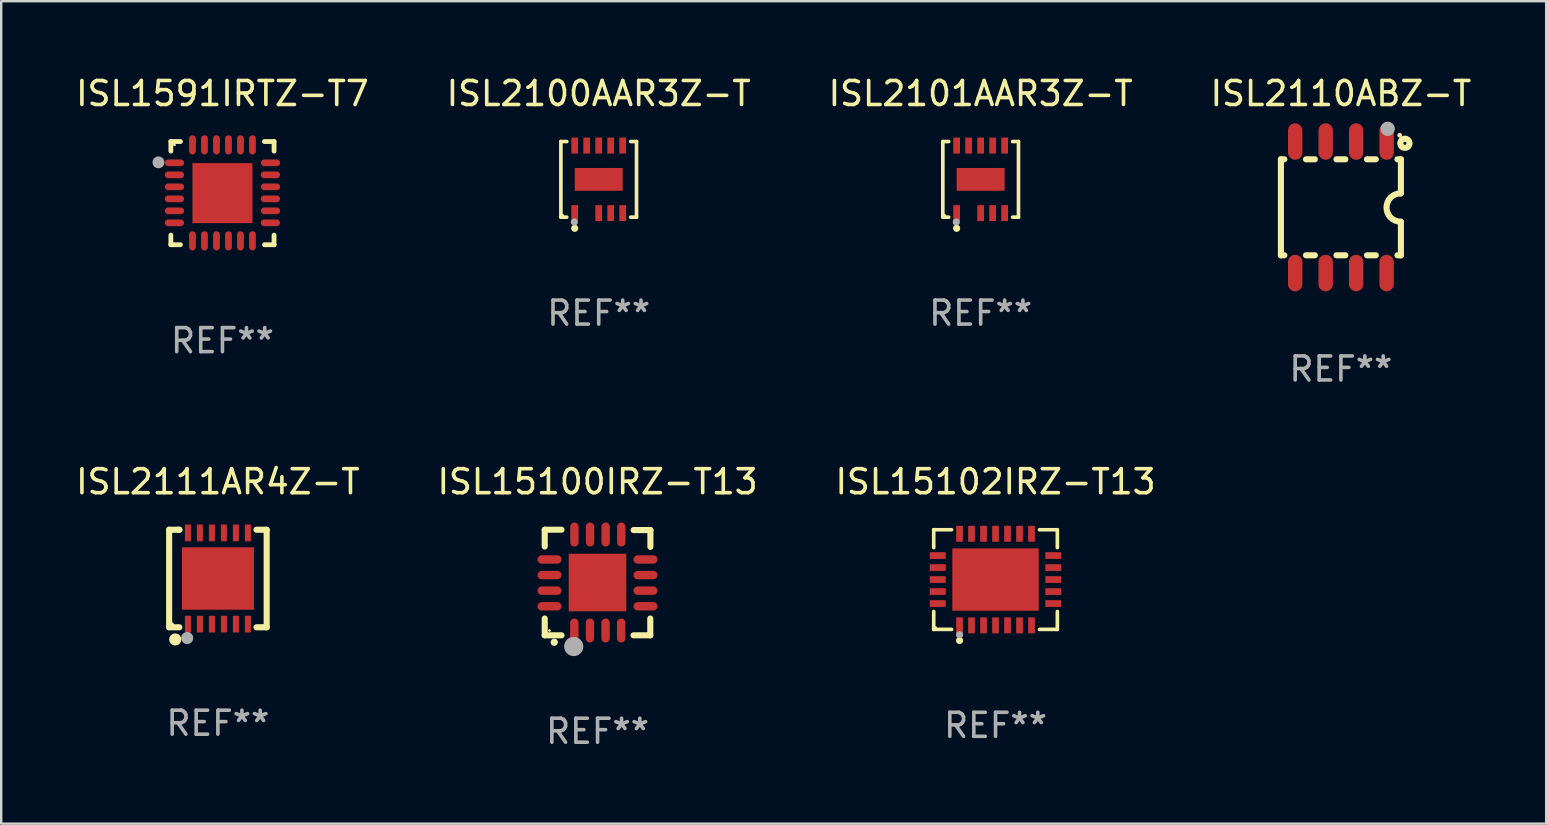
<source format=kicad_pcb>
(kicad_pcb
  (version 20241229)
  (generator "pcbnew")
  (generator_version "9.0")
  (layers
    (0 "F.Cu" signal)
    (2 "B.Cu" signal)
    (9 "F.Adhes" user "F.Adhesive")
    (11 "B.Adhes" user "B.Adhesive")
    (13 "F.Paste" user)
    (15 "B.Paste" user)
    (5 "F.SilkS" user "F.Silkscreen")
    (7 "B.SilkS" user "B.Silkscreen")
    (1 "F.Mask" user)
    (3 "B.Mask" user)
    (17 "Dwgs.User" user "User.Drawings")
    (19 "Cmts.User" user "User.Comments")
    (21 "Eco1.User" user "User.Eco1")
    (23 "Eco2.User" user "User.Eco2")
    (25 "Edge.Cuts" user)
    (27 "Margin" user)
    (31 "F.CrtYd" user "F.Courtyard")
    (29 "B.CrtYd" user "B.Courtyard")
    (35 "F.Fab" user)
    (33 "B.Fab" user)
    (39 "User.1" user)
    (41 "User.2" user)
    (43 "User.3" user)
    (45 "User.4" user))
  (footprint "ISL15100IRZ-T13"
    (layer "F.Cu")
    (at 21.851 21.224)
    (property "Reference" "ISL15100IRZ-T13" (at 0 -4.2 0) (layer "F.SilkS") (effects (font (size 1 1) (thickness 0.15))))
    (attr through_hole)
    (fp_line (start -2.202 -2.2) (end -2.202 -1.5) (stroke (width 0.254) (type solid)) (layer "F.SilkS"))
    (fp_line (start -2.202 2.2) (end -2.202 1.5) (stroke (width 0.254) (type solid)) (layer "F.SilkS"))
    (fp_line (start -1.503 -2.2) (end -2.202 -2.2) (stroke (width 0.254) (type solid)) (layer "F.SilkS"))
    (fp_line (start -1.503 2.2) (end -2.202 2.2) (stroke (width 0.254) (type solid)) (layer "F.SilkS"))
    (fp_line (start 1.498 2.2) (end 2.197 2.2) (stroke (width 0.254) (type solid)) (layer "F.SilkS"))
    (fp_line (start 2.197 2.2) (end 2.197 1.5) (stroke (width 0.254) (type solid)) (layer "F.SilkS"))
    (fp_line (start 2.202 -2.185) (end 1.503 -2.185) (stroke (width 0.254) (type solid)) (layer "F.SilkS"))
    (fp_line (start 2.202 -1.485) (end 2.202 -2.185) (stroke (width 0.254) (type solid)) (layer "F.SilkS"))
    (fp_arc (start -1.805944 2.489205) (mid -1.804674 2.4892) (end -1.803404 2.489205) (stroke (width 0.3) (type solid)) (layer "F.SilkS"))
    (fp_circle (center -2.004 2.002) (end -1.974 2.002) (stroke (width 0.06) (type solid)) (fill no) (layer "F.SilkS"))
    (fp_circle (center -0.993 2.667) (end -0.793 2.667) (stroke (width 0.4) (type solid)) (fill no) (layer "F.Fab"))
    (fp_text user "REF**" (at 0 6.2 0) (layer "F.Fab") (effects (font (size 1 1) (thickness 0.15))))
    (pad "1" smd oval (at -0.968 2) (size 0.35 1) (layers "F.Cu" "F.Mask" "F.Paste"))
    (pad "2" smd oval (at -0.317 2) (size 0.35 1) (layers "F.Cu" "F.Mask" "F.Paste"))
    (pad "3" smd oval (at 0.333 2) (size 0.35 1) (layers "F.Cu" "F.Mask" "F.Paste"))
    (pad "4" smd oval (at 0.983 2) (size 0.35 1) (layers "F.Cu" "F.Mask" "F.Paste"))
    (pad "5" smd oval (at 1.998 0.991 90) (size 0.35 1) (layers "F.Cu" "F.Mask" "F.Paste"))
    (pad "6" smd oval (at 1.998 0.34 90) (size 0.35 1) (layers "F.Cu" "F.Mask" "F.Paste"))
    (pad "7" smd oval (at 1.998 -0.31 90) (size 0.35 1) (layers "F.Cu" "F.Mask" "F.Paste"))
    (pad "8" smd oval (at 1.998 -0.96 90) (size 0.35 1) (layers "F.Cu" "F.Mask" "F.Paste"))
    (pad "9" smd oval (at 0.988 -2) (size 0.35 1) (layers "F.Cu" "F.Mask" "F.Paste"))
    (pad "10" smd oval (at 0.338 -2) (size 0.35 1) (layers "F.Cu" "F.Mask" "F.Paste"))
    (pad "11" smd oval (at -0.312 -2) (size 0.35 1) (layers "F.Cu" "F.Mask" "F.Paste"))
    (pad "12" smd oval (at -0.963 -2) (size 0.35 1) (layers "F.Cu" "F.Mask" "F.Paste"))
    (pad "13" smd oval (at -2.002 -0.96 90) (size 0.35 1) (layers "F.Cu" "F.Mask" "F.Paste"))
    (pad "14" smd oval (at -2.002 -0.31 90) (size 0.35 1) (layers "F.Cu" "F.Mask" "F.Paste"))
    (pad "15" smd oval (at -2.002 0.34 90) (size 0.35 1) (layers "F.Cu" "F.Mask" "F.Paste"))
    (pad "16" smd oval (at -2.002 0.991 90) (size 0.35 1) (layers "F.Cu" "F.Mask" "F.Paste"))
    (pad "17" smd rect (at -0.002 0.000127 90) (size 2.4 2.4) (layers "F.Cu" "F.Mask" "F.Paste")))
  (footprint "ISL2101AAR3Z-T"
    (layer "F.Cu")
    (at 37.815 4.424)
    (property "Reference" "ISL2101AAR3Z-T" (at 0 -3.576 0) (layer "F.SilkS") (effects (font (size 1 1) (thickness 0.15))))
    (attr through_hole)
    (fp_line (start -1.576 -1.576) (end -1.331 -1.576) (stroke (width 0.152) (type solid)) (layer "F.SilkS"))
    (fp_line (start -1.576 1.576) (end -1.576 -1.576) (stroke (width 0.152) (type solid)) (layer "F.SilkS"))
    (fp_line (start -1.331 1.576) (end -1.576 1.576) (stroke (width 0.152) (type solid)) (layer "F.SilkS"))
    (fp_line (start 1.331 1.576) (end 1.576 1.576) (stroke (width 0.152) (type solid)) (layer "F.SilkS"))
    (fp_line (start 1.576 -1.576) (end 1.331 -1.576) (stroke (width 0.152) (type solid)) (layer "F.SilkS"))
    (fp_line (start 1.576 1.576) (end 1.576 -1.576) (stroke (width 0.152) (type solid)) (layer "F.SilkS"))
    (fp_circle (center -1.5 1.5) (end -1.47 1.5) (stroke (width 0.06) (type solid)) (fill no) (layer "F.SilkS"))
    (fp_circle (center -1 2.04) (end -0.925 2.04) (stroke (width 0.15) (type solid)) (fill no) (layer "F.SilkS"))
    (fp_circle (center -1.016 1.778) (end -0.941 1.778) (stroke (width 0.15) (type solid)) (fill no) (layer "F.Fab"))
    (fp_text user "REF**" (at 0 5.576 0) (layer "F.Fab") (effects (font (size 1 1) (thickness 0.15))))
    (pad "1" smd rect (at -1 1.407) (size 0.28 0.665) (layers "F.Cu" "F.Mask" "F.Paste"))
    (pad "2" smd rect (at 0 1.407) (size 0.28 0.665) (layers "F.Cu" "F.Mask" "F.Paste"))
    (pad "3" smd rect (at 0.5 1.407) (size 0.28 0.665) (layers "F.Cu" "F.Mask" "F.Paste"))
    (pad "4" smd rect (at 1 1.407) (size 0.28 0.665) (layers "F.Cu" "F.Mask" "F.Paste"))
    (pad "5" smd rect (at 1 -1.407) (size 0.28 0.665) (layers "F.Cu" "F.Mask" "F.Paste"))
    (pad "6" smd rect (at 0.5 -1.407) (size 0.28 0.665) (layers "F.Cu" "F.Mask" "F.Paste"))
    (pad "7" smd rect (at 0 -1.407) (size 0.28 0.665) (layers "F.Cu" "F.Mask" "F.Paste"))
    (pad "8" smd rect (at -0.5 -1.407) (size 0.28 0.665) (layers "F.Cu" "F.Mask" "F.Paste"))
    (pad "9" smd rect (at -1 -1.407) (size 0.28 0.665) (layers "F.Cu" "F.Mask" "F.Paste"))
    (pad "10" smd rect (at 0 0) (size 2 0.95) (layers "F.Cu" "F.Mask" "F.Paste")))
  (footprint "ISL2111AR4Z-T"
    (layer "F.Cu")
    (at 6.03 21.057)
    (property "Reference" "ISL2111AR4Z-T" (at 0 -4.032 0) (layer "F.SilkS") (effects (font (size 1 1) (thickness 0.15))))
    (attr through_hole)
    (fp_line (start -2.032 -2.032) (end -2.032 2.032) (stroke (width 0.254) (type solid)) (layer "F.SilkS"))
    (fp_line (start -2.032 2.032) (end -1.606 2.032) (stroke (width 0.254) (type solid)) (layer "F.SilkS"))
    (fp_line (start -1.606 -2.032) (end -2.032 -2.032) (stroke (width 0.254) (type solid)) (layer "F.SilkS"))
    (fp_line (start -1.606 -2.032) (end -1.651 -2.032) (stroke (width 0.254) (type solid)) (layer "F.SilkS"))
    (fp_line (start 1.606 2.032) (end 2.032 2.032) (stroke (width 0.254) (type solid)) (layer "F.SilkS"))
    (fp_line (start 2.032 -2.032) (end 1.606 -2.032) (stroke (width 0.254) (type solid)) (layer "F.SilkS"))
    (fp_line (start 2.032 2.032) (end 2.032 -2.032) (stroke (width 0.254) (type solid)) (layer "F.SilkS"))
    (fp_circle (center -1.94 1.94) (end -1.88 1.94) (stroke (width 0.12) (type solid)) (fill no) (layer "F.SilkS"))
    (fp_circle (center -1.778 2.54) (end -1.651 2.54) (stroke (width 0.254) (type solid)) (fill no) (layer "F.SilkS"))
    (fp_circle (center -1.28 2.48) (end -1.153 2.48) (stroke (width 0.254) (type solid)) (fill no) (layer "F.Fab"))
    (fp_text user "REF**" (at 0 6.032 0) (layer "F.Fab") (effects (font (size 1 1) (thickness 0.15))))
    (pad "1" smd rect (at -1.25 1.9) (size 0.25 0.7) (layers "F.Cu" "F.Mask" "F.Paste"))
    (pad "2" smd rect (at -0.75 1.9) (size 0.25 0.7) (layers "F.Cu" "F.Mask" "F.Paste"))
    (pad "3" smd rect (at -0.25 1.9) (size 0.25 0.7) (layers "F.Cu" "F.Mask" "F.Paste"))
    (pad "4" smd rect (at 0.25 1.9) (size 0.25 0.7) (layers "F.Cu" "F.Mask" "F.Paste"))
    (pad "5" smd rect (at 0.75 1.9) (size 0.25 0.7) (layers "F.Cu" "F.Mask" "F.Paste"))
    (pad "6" smd rect (at 1.25 1.9) (size 0.25 0.7) (layers "F.Cu" "F.Mask" "F.Paste"))
    (pad "7" smd rect (at 1.25 -1.9) (size 0.25 0.7) (layers "F.Cu" "F.Mask" "F.Paste"))
    (pad "8" smd rect (at 0.75 -1.9) (size 0.25 0.7) (layers "F.Cu" "F.Mask" "F.Paste"))
    (pad "9" smd rect (at 0.25 -1.9) (size 0.25 0.7) (layers "F.Cu" "F.Mask" "F.Paste"))
    (pad "10" smd rect (at -0.25 -1.9) (size 0.25 0.7) (layers "F.Cu" "F.Mask" "F.Paste"))
    (pad "11" smd rect (at -0.75 -1.9) (size 0.25 0.7) (layers "F.Cu" "F.Mask" "F.Paste"))
    (pad "12" smd rect (at -1.25 -1.9) (size 0.25 0.7) (layers "F.Cu" "F.Mask" "F.Paste"))
    (pad "13" smd rect (at -0.000076 0.000076) (size 3 2.6) (layers "F.Cu" "F.Mask" "F.Paste")))
  (footprint "ISL2110ABZ-T"
    (layer "F.Cu")
    (at 52.827 5.588)
    (property "Reference" "ISL2110ABZ-T" (at 0 -4.74 0) (layer "F.SilkS") (effects (font (size 1 1) (thickness 0.15))))
    (attr through_hole)
    (fp_line (start -2.5 2) (end -2.5 -2) (stroke (width 0.254) (type solid)) (layer "F.SilkS"))
    (fp_line (start -2.356 -2) (end -2.5 -2) (stroke (width 0.254) (type solid)) (layer "F.SilkS"))
    (fp_line (start -2.356 2) (end -2.5 2) (stroke (width 0.254) (type solid)) (layer "F.SilkS"))
    (fp_line (start -1.086 -2) (end -1.454 -2) (stroke (width 0.254) (type solid)) (layer "F.SilkS"))
    (fp_line (start -1.086 2) (end -1.454 2) (stroke (width 0.254) (type solid)) (layer "F.SilkS"))
    (fp_line (start 0.184 -2) (end -0.184 -2) (stroke (width 0.254) (type solid)) (layer "F.SilkS"))
    (fp_line (start 0.184 2) (end -0.184 2) (stroke (width 0.254) (type solid)) (layer "F.SilkS"))
    (fp_line (start 1.454 -2) (end 1.086 -2) (stroke (width 0.254) (type solid)) (layer "F.SilkS"))
    (fp_line (start 1.454 2) (end 1.086 2) (stroke (width 0.254) (type solid)) (layer "F.SilkS"))
    (fp_line (start 2.5 -2) (end 2.356 -2) (stroke (width 0.254) (type solid)) (layer "F.SilkS"))
    (fp_line (start 2.5 -0.58) (end 2.5 -2) (stroke (width 0.254) (type solid)) (layer "F.SilkS"))
    (fp_line (start 2.5 2) (end 2.356 2) (stroke (width 0.254) (type solid)) (layer "F.SilkS"))
    (fp_line (start 2.5 2) (end 2.5 0.6) (stroke (width 0.254) (type solid)) (layer "F.SilkS"))
    (fp_arc (start 2.489992 0.600051) (mid 1.901674 0.010046) (end 2.489992 -0.579959) (stroke (width 0.254001) (type solid)) (layer "F.SilkS"))
    (fp_circle (center 2.45 -3) (end 2.5 -3) (stroke (width 0.1) (type solid)) (fill no) (layer "F.SilkS"))
    (fp_circle (center 2.667 -2.667) (end 2.858 -2.667) (stroke (width 0.254) (type solid)) (fill no) (layer "F.SilkS"))
    (fp_circle (center 1.95 -3.27) (end 2.1 -3.27) (stroke (width 0.3) (type solid)) (fill no) (layer "F.Fab"))
    (fp_text user "REF**" (at 0 6.74 0) (layer "F.Fab") (effects (font (size 1 1) (thickness 0.15))))
    (pad "1" smd oval (at 1.905 -2.74) (size 0.6 1.52) (layers "F.Cu" "F.Mask" "F.Paste"))
    (pad "2" smd oval (at 0.635 -2.74) (size 0.6 1.52) (layers "F.Cu" "F.Mask" "F.Paste"))
    (pad "3" smd oval (at -0.635 -2.74) (size 0.6 1.52) (layers "F.Cu" "F.Mask" "F.Paste"))
    (pad "4" smd oval (at -1.905 -2.74) (size 0.6 1.52) (layers "F.Cu" "F.Mask" "F.Paste"))
    (pad "5" smd oval (at -1.905 2.74) (size 0.6 1.52) (layers "F.Cu" "F.Mask" "F.Paste"))
    (pad "6" smd oval (at -0.635 2.74) (size 0.6 1.52) (layers "F.Cu" "F.Mask" "F.Paste"))
    (pad "7" smd oval (at 0.635 2.74) (size 0.6 1.52) (layers "F.Cu" "F.Mask" "F.Paste"))
    (pad "8" smd oval (at 1.905 2.74) (size 0.6 1.52) (layers "F.Cu" "F.Mask" "F.Paste")))
  (footprint "ISL2100AAR3Z-T"
    (layer "F.Cu")
    (at 21.899 4.424)
    (property "Reference" "ISL2100AAR3Z-T" (at 0 -3.576 0) (layer "F.SilkS") (effects (font (size 1 1) (thickness 0.15))))
    (attr through_hole)
    (fp_line (start -1.576 -1.576) (end -1.331 -1.576) (stroke (width 0.152) (type solid)) (layer "F.SilkS"))
    (fp_line (start -1.576 1.576) (end -1.576 -1.576) (stroke (width 0.152) (type solid)) (layer "F.SilkS"))
    (fp_line (start -1.331 1.576) (end -1.576 1.576) (stroke (width 0.152) (type solid)) (layer "F.SilkS"))
    (fp_line (start 1.331 1.576) (end 1.576 1.576) (stroke (width 0.152) (type solid)) (layer "F.SilkS"))
    (fp_line (start 1.576 -1.576) (end 1.331 -1.576) (stroke (width 0.152) (type solid)) (layer "F.SilkS"))
    (fp_line (start 1.576 1.576) (end 1.576 -1.576) (stroke (width 0.152) (type solid)) (layer "F.SilkS"))
    (fp_circle (center -1.5 1.5) (end -1.47 1.5) (stroke (width 0.06) (type solid)) (fill no) (layer "F.SilkS"))
    (fp_circle (center -1 2.04) (end -0.925 2.04) (stroke (width 0.15) (type solid)) (fill no) (layer "F.SilkS"))
    (fp_circle (center -1.016 1.778) (end -0.941 1.778) (stroke (width 0.15) (type solid)) (fill no) (layer "F.Fab"))
    (fp_text user "REF**" (at 0 5.576 0) (layer "F.Fab") (effects (font (size 1 1) (thickness 0.15))))
    (pad "1" smd rect (at -1 1.407) (size 0.28 0.665) (layers "F.Cu" "F.Mask" "F.Paste"))
    (pad "2" smd rect (at 0 1.407) (size 0.28 0.665) (layers "F.Cu" "F.Mask" "F.Paste"))
    (pad "3" smd rect (at 0.5 1.407) (size 0.28 0.665) (layers "F.Cu" "F.Mask" "F.Paste"))
    (pad "4" smd rect (at 1 1.407) (size 0.28 0.665) (layers "F.Cu" "F.Mask" "F.Paste"))
    (pad "5" smd rect (at 1 -1.407) (size 0.28 0.665) (layers "F.Cu" "F.Mask" "F.Paste"))
    (pad "6" smd rect (at 0.5 -1.407) (size 0.28 0.665) (layers "F.Cu" "F.Mask" "F.Paste"))
    (pad "7" smd rect (at 0 -1.407) (size 0.28 0.665) (layers "F.Cu" "F.Mask" "F.Paste"))
    (pad "8" smd rect (at -0.5 -1.407) (size 0.28 0.665) (layers "F.Cu" "F.Mask" "F.Paste"))
    (pad "9" smd rect (at -1 -1.407) (size 0.28 0.665) (layers "F.Cu" "F.Mask" "F.Paste"))
    (pad "10" smd rect (at 0 0) (size 2 0.95) (layers "F.Cu" "F.Mask" "F.Paste")))
  (footprint "ISL1591IRTZ-T7"
    (layer "F.Cu")
    (at 6.22 4.998)
    (property "Reference" "ISL1591IRTZ-T7" (at 0 -4.15 0) (layer "F.SilkS") (effects (font (size 1 1) (thickness 0.15))))
    (attr through_hole)
    (fp_line (start -2.15 -2.15) (end -1.75 -2.15) (stroke (width 0.2) (type solid)) (layer "F.SilkS"))
    (fp_line (start -2.15 -1.75) (end -2.15 -2.15) (stroke (width 0.2) (type solid)) (layer "F.SilkS"))
    (fp_line (start -2.15 2.15) (end -2.15 1.75) (stroke (width 0.2) (type solid)) (layer "F.SilkS"))
    (fp_line (start -1.75 2.15) (end -2.15 2.15) (stroke (width 0.2) (type solid)) (layer "F.SilkS"))
    (fp_line (start 1.75 -2.15) (end 2.15 -2.15) (stroke (width 0.2) (type solid)) (layer "F.SilkS"))
    (fp_line (start 1.75 2.15) (end 2.15 2.15) (stroke (width 0.2) (type solid)) (layer "F.SilkS"))
    (fp_line (start 2.15 -2.15) (end 2.15 -1.75) (stroke (width 0.2) (type solid)) (layer "F.SilkS"))
    (fp_line (start 2.15 2.15) (end 2.15 1.75) (stroke (width 0.2) (type solid)) (layer "F.SilkS"))
    (fp_circle (center -2 -2.013) (end -1.97 -2.013) (stroke (width 0.06) (type solid)) (fill no) (layer "F.SilkS"))
    (fp_circle (center -2.667 -1.283) (end -2.542 -1.283) (stroke (width 0.25) (type solid)) (fill no) (layer "F.Fab"))
    (fp_text user "REF**" (at 0 6.15 0) (layer "F.Fab") (effects (font (size 1 1) (thickness 0.15))))
    (pad "1" smd oval (at -2 -1.263) (size 0.8 0.28) (layers "F.Cu" "F.Mask" "F.Paste"))
    (pad "2" smd oval (at -2 -0.763) (size 0.8 0.28) (layers "F.Cu" "F.Mask" "F.Paste"))
    (pad "3" smd oval (at -2 -0.263) (size 0.8 0.28) (layers "F.Cu" "F.Mask" "F.Paste"))
    (pad "4" smd oval (at -2 0.237) (size 0.8 0.28) (layers "F.Cu" "F.Mask" "F.Paste"))
    (pad "5" smd oval (at -2 0.737) (size 0.8 0.28) (layers "F.Cu" "F.Mask" "F.Paste"))
    (pad "6" smd oval (at -2 1.237) (size 0.8 0.28) (layers "F.Cu" "F.Mask" "F.Paste"))
    (pad "7" smd oval (at -1.25 1.987) (size 0.28 0.8) (layers "F.Cu" "F.Mask" "F.Paste"))
    (pad "8" smd oval (at -0.75 1.987) (size 0.28 0.8) (layers "F.Cu" "F.Mask" "F.Paste"))
    (pad "9" smd oval (at -0.25 1.987) (size 0.28 0.8) (layers "F.Cu" "F.Mask" "F.Paste"))
    (pad "10" smd oval (at 0.25 1.987) (size 0.28 0.8) (layers "F.Cu" "F.Mask" "F.Paste"))
    (pad "11" smd oval (at 0.75 1.987) (size 0.28 0.8) (layers "F.Cu" "F.Mask" "F.Paste"))
    (pad "12" smd oval (at 1.25 1.987) (size 0.28 0.8) (layers "F.Cu" "F.Mask" "F.Paste"))
    (pad "13" smd oval (at 2 1.237) (size 0.8 0.28) (layers "F.Cu" "F.Mask" "F.Paste"))
    (pad "14" smd oval (at 2 0.737) (size 0.8 0.28) (layers "F.Cu" "F.Mask" "F.Paste"))
    (pad "15" smd oval (at 2 0.237) (size 0.8 0.28) (layers "F.Cu" "F.Mask" "F.Paste"))
    (pad "16" smd oval (at 2 -0.263) (size 0.8 0.28) (layers "F.Cu" "F.Mask" "F.Paste"))
    (pad "17" smd oval (at 2 -0.763) (size 0.8 0.28) (layers "F.Cu" "F.Mask" "F.Paste"))
    (pad "18" smd oval (at 2 -1.263) (size 0.8 0.28) (layers "F.Cu" "F.Mask" "F.Paste"))
    (pad "19" smd oval (at 1.25 -2.013) (size 0.28 0.8) (layers "F.Cu" "F.Mask" "F.Paste"))
    (pad "20" smd oval (at 0.75 -2.013) (size 0.28 0.8) (layers "F.Cu" "F.Mask" "F.Paste"))
    (pad "21" smd oval (at 0.25 -2.013) (size 0.28 0.8) (layers "F.Cu" "F.Mask" "F.Paste"))
    (pad "22" smd oval (at -0.25 -2.013) (size 0.28 0.8) (layers "F.Cu" "F.Mask" "F.Paste"))
    (pad "23" smd oval (at -0.75 -2.013) (size 0.28 0.8) (layers "F.Cu" "F.Mask" "F.Paste"))
    (pad "24" smd oval (at -1.25 -2.013) (size 0.28 0.8) (layers "F.Cu" "F.Mask" "F.Paste"))
    (pad "25" smd rect (at -0.000127 -0.00014) (size 2.5 2.5) (layers "F.Cu" "F.Mask" "F.Paste")))
  (footprint "ISL15102IRZ-T13"
    (layer "F.Cu")
    (at 38.435 21.101)
    (property "Reference" "ISL15102IRZ-T13" (at 0 -4.076 0) (layer "F.SilkS") (effects (font (size 1 1) (thickness 0.15))))
    (attr through_hole)
    (fp_line (start -2.576 -2.076) (end -1.831 -2.076) (stroke (width 0.152) (type solid)) (layer "F.SilkS"))
    (fp_line (start -2.576 -1.331) (end -2.576 -2.076) (stroke (width 0.152) (type solid)) (layer "F.SilkS"))
    (fp_line (start -2.576 1.331) (end -2.576 2.076) (stroke (width 0.152) (type solid)) (layer "F.SilkS"))
    (fp_line (start -2.576 2.076) (end -1.831 2.076) (stroke (width 0.152) (type solid)) (layer "F.SilkS"))
    (fp_line (start 2.576 -2.076) (end 1.831 -2.076) (stroke (width 0.152) (type solid)) (layer "F.SilkS"))
    (fp_line (start 2.576 -1.331) (end 2.576 -2.076) (stroke (width 0.152) (type solid)) (layer "F.SilkS"))
    (fp_line (start 2.576 1.331) (end 2.576 2.076) (stroke (width 0.152) (type solid)) (layer "F.SilkS"))
    (fp_line (start 2.576 2.076) (end 1.831 2.076) (stroke (width 0.152) (type solid)) (layer "F.SilkS"))
    (fp_circle (center -2.5 2) (end -2.47 2) (stroke (width 0.06) (type solid)) (fill no) (layer "F.SilkS"))
    (fp_circle (center -1.5 2.54) (end -1.425 2.54) (stroke (width 0.15) (type solid)) (fill no) (layer "F.SilkS"))
    (fp_circle (center -1.5 2.3) (end -1.425 2.3) (stroke (width 0.15) (type solid)) (fill no) (layer "F.Fab"))
    (fp_text user "REF**" (at 0 6.076 0) (layer "F.Fab") (effects (font (size 1 1) (thickness 0.15))))
    (pad "1" smd rect (at -1.5 1.908) (size 0.28 0.665) (layers "F.Cu" "F.Mask" "F.Paste"))
    (pad "2" smd rect (at -1 1.908) (size 0.28 0.665) (layers "F.Cu" "F.Mask" "F.Paste"))
    (pad "3" smd rect (at -0.5 1.908) (size 0.28 0.665) (layers "F.Cu" "F.Mask" "F.Paste"))
    (pad "4" smd rect (at 0 1.908) (size 0.28 0.665) (layers "F.Cu" "F.Mask" "F.Paste"))
    (pad "5" smd rect (at 0.5 1.908) (size 0.28 0.665) (layers "F.Cu" "F.Mask" "F.Paste"))
    (pad "6" smd rect (at 1 1.908) (size 0.28 0.665) (layers "F.Cu" "F.Mask" "F.Paste"))
    (pad "7" smd rect (at 1.5 1.908) (size 0.28 0.665) (layers "F.Cu" "F.Mask" "F.Paste"))
    (pad "8" smd rect (at 2.407 1) (size 0.665 0.28) (layers "F.Cu" "F.Mask" "F.Paste"))
    (pad "9" smd rect (at 2.407 0.5) (size 0.665 0.28) (layers "F.Cu" "F.Mask" "F.Paste"))
    (pad "10" smd rect (at 2.407 0) (size 0.665 0.28) (layers "F.Cu" "F.Mask" "F.Paste"))
    (pad "11" smd rect (at 2.407 -0.5) (size 0.665 0.28) (layers "F.Cu" "F.Mask" "F.Paste"))
    (pad "12" smd rect (at 2.407 -1) (size 0.665 0.28) (layers "F.Cu" "F.Mask" "F.Paste"))
    (pad "13" smd rect (at 1.5 -1.908) (size 0.28 0.665) (layers "F.Cu" "F.Mask" "F.Paste"))
    (pad "14" smd rect (at 1 -1.908) (size 0.28 0.665) (layers "F.Cu" "F.Mask" "F.Paste"))
    (pad "15" smd rect (at 0.5 -1.908) (size 0.28 0.665) (layers "F.Cu" "F.Mask" "F.Paste"))
    (pad "16" smd rect (at 0 -1.908) (size 0.28 0.665) (layers "F.Cu" "F.Mask" "F.Paste"))
    (pad "17" smd rect (at -0.5 -1.908) (size 0.28 0.665) (layers "F.Cu" "F.Mask" "F.Paste"))
    (pad "18" smd rect (at -1 -1.908) (size 0.28 0.665) (layers "F.Cu" "F.Mask" "F.Paste"))
    (pad "19" smd rect (at -1.5 -1.908) (size 0.28 0.665) (layers "F.Cu" "F.Mask" "F.Paste"))
    (pad "20" smd rect (at -2.407 -1) (size 0.665 0.28) (layers "F.Cu" "F.Mask" "F.Paste"))
    (pad "21" smd rect (at -2.407 -0.5) (size 0.665 0.28) (layers "F.Cu" "F.Mask" "F.Paste"))
    (pad "22" smd rect (at -2.407 0) (size 0.665 0.28) (layers "F.Cu" "F.Mask" "F.Paste"))
    (pad "23" smd rect (at -2.407 0.5) (size 0.665 0.28) (layers "F.Cu" "F.Mask" "F.Paste"))
    (pad "24" smd rect (at -2.407 1) (size 0.665 0.28) (layers "F.Cu" "F.Mask" "F.Paste"))
    (pad "25" smd rect (at 0 0) (size 3.6 2.6) (layers "F.Cu" "F.Mask" "F.Paste")))
  (gr_rect
    (start -3 -3)
    (end 61.381 31.273)
    (stroke (width 0.1) (type default))
    (fill no)
    (layer "Edge.Cuts")))
</source>
